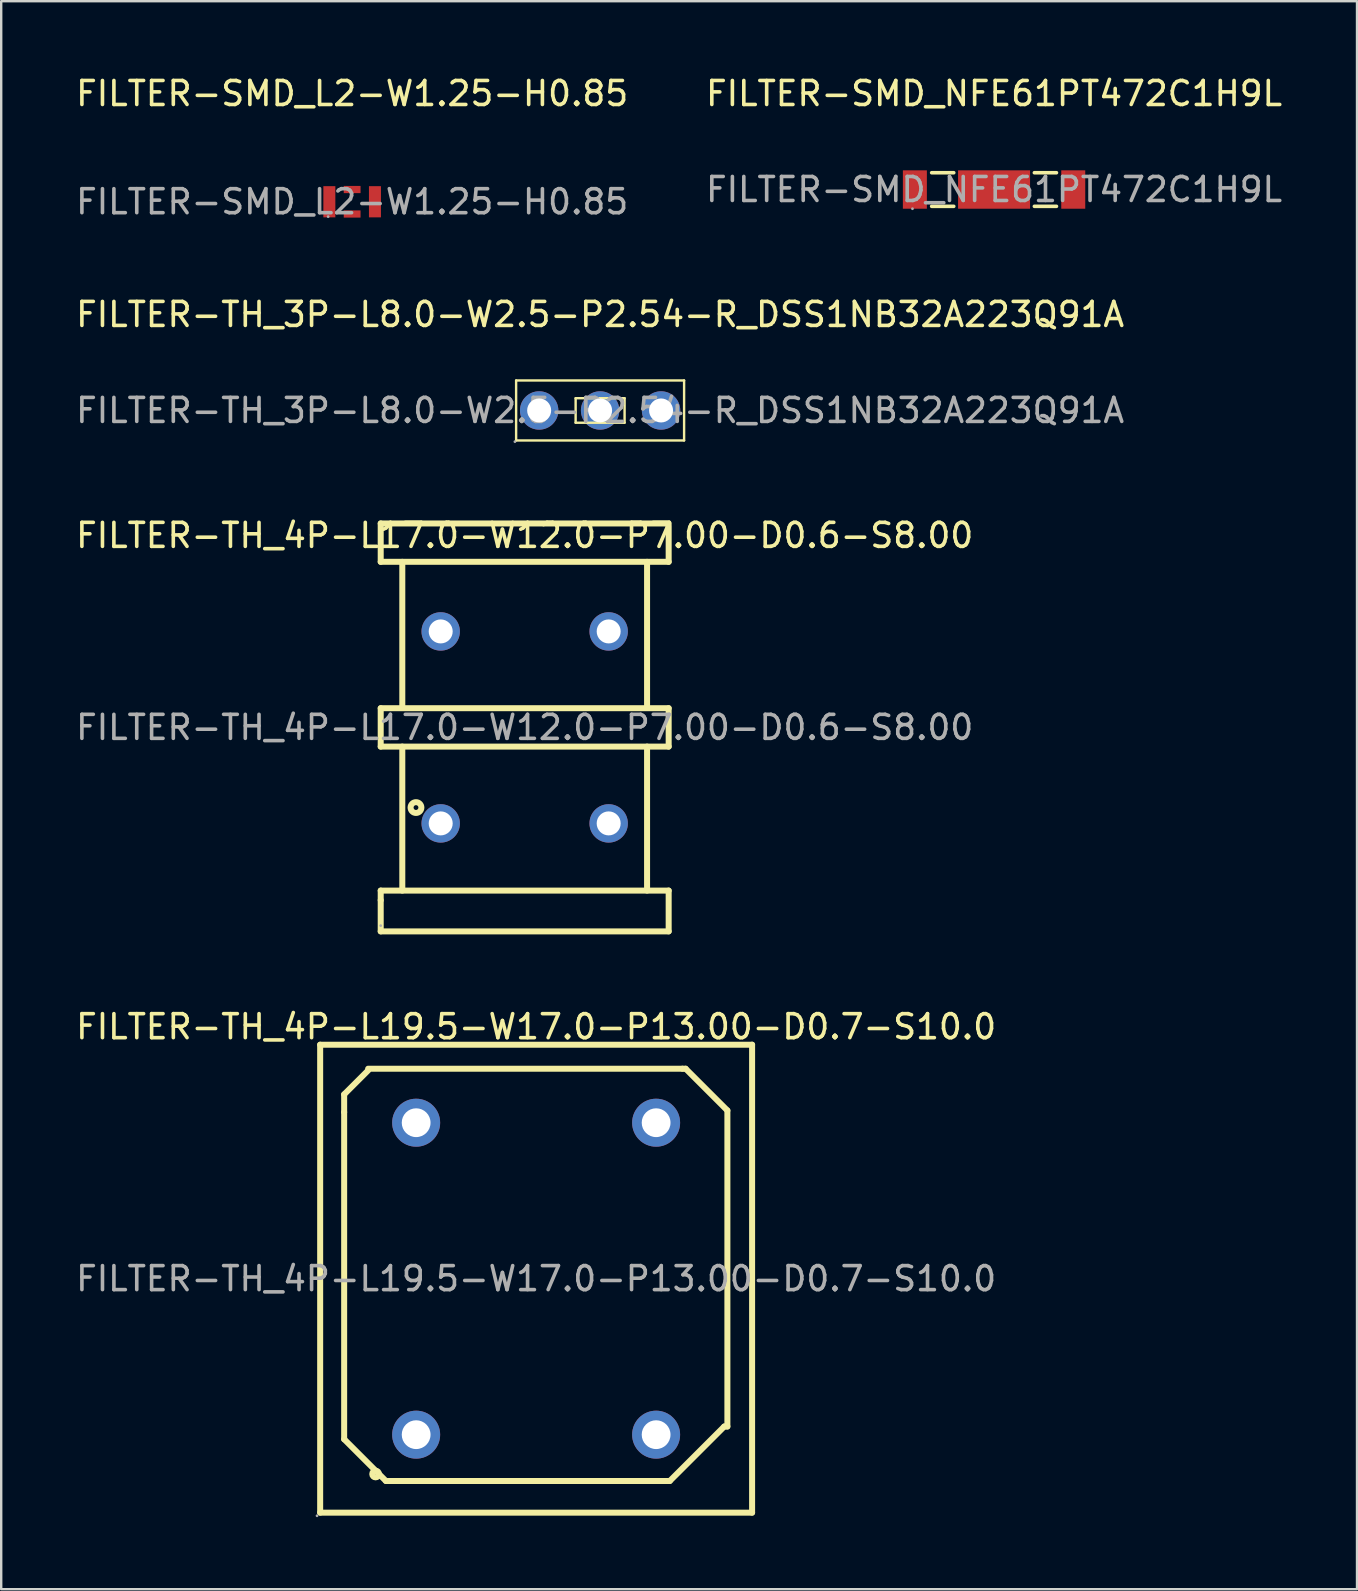
<source format=kicad_pcb>
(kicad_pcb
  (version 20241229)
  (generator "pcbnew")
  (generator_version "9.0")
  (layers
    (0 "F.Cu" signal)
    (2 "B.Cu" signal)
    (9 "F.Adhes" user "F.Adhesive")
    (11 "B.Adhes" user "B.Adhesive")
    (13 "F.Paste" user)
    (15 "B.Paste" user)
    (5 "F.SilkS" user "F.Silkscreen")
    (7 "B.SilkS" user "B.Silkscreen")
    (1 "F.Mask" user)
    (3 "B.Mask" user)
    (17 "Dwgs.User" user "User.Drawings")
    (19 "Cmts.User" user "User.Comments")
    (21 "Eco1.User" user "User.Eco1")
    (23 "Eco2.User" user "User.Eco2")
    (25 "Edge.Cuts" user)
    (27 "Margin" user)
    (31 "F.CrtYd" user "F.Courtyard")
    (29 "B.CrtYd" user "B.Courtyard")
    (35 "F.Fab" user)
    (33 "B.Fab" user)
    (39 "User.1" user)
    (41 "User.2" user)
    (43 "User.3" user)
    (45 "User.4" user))
  (footprint "FILTER-TH_4P-L17.0-W12.0-P7.00-D0.6-S8.00"
    (layer "F.Cu")
    (at 18.815 27.263)
    (property "Reference" "FILTER-TH_4P-L17.0-W12.0-P7.00-D0.6-S8.00" (at 0 -8 0) (layer "F.SilkS") (effects (font (size 1 1) (thickness 0.15))))
    (attr through_hole)
    (fp_line (start -6 -8.5) (end -6 -6.9) (stroke (width 0.25) (type solid)) (layer "F.SilkS"))
    (fp_line (start -6 -8.5) (end 6 -8.5) (stroke (width 0.25) (type solid)) (layer "F.SilkS"))
    (fp_line (start -6 -6.9) (end 6 -6.9) (stroke (width 0.25) (type solid)) (layer "F.SilkS"))
    (fp_line (start -6 -0.8) (end 6 -0.8) (stroke (width 0.25) (type solid)) (layer "F.SilkS"))
    (fp_line (start -6 0.8) (end -6 -0.8) (stroke (width 0.25) (type solid)) (layer "F.SilkS"))
    (fp_line (start -6 6.8) (end 6 6.8) (stroke (width 0.25) (type solid)) (layer "F.SilkS"))
    (fp_line (start -6 7.2) (end -6 6.8) (stroke (width 0.25) (type solid)) (layer "F.SilkS"))
    (fp_line (start -6 7.2) (end -6 8.5) (stroke (width 0.25) (type solid)) (layer "F.SilkS"))
    (fp_line (start -5.1 -6.9) (end -5.1 -0.9) (stroke (width 0.25) (type solid)) (layer "F.SilkS"))
    (fp_line (start -5.1 0.8) (end -5.1 6.8) (stroke (width 0.25) (type solid)) (layer "F.SilkS"))
    (fp_line (start 5.1 -6.9) (end 5.1 -0.9) (stroke (width 0.25) (type solid)) (layer "F.SilkS"))
    (fp_line (start 5.1 0.8) (end 5.1 6.8) (stroke (width 0.25) (type solid)) (layer "F.SilkS"))
    (fp_line (start 6 -6.9) (end 6 -8.4) (stroke (width 0.25) (type solid)) (layer "F.SilkS"))
    (fp_line (start 6 -0.8) (end 6 0.8) (stroke (width 0.25) (type solid)) (layer "F.SilkS"))
    (fp_line (start 6 0.8) (end -6 0.8) (stroke (width 0.25) (type solid)) (layer "F.SilkS"))
    (fp_line (start 6 6.8) (end 6 8.5) (stroke (width 0.25) (type solid)) (layer "F.SilkS"))
    (fp_line (start 6 8.5) (end -6 8.5) (stroke (width 0.25) (type solid)) (layer "F.SilkS"))
    (fp_circle (center -4.53 3.34) (end -4.43 3.34) (stroke (width 0.25) (type solid)) (fill no) (layer "F.SilkS"))
    (fp_circle (center -6 8.26) (end -5.97 8.26) (stroke (width 0.06) (type solid)) (fill no) (layer "F.Fab"))
    (fp_circle (center -3.5 -4) (end -3.35 -4) (stroke (width 0.3) (type solid)) (fill no) (layer "F.Fab"))
    (fp_circle (center -3.5 4) (end -3.35 4) (stroke (width 0.3) (type solid)) (fill no) (layer "F.Fab"))
    (fp_circle (center 3.5 -4) (end 3.65 -4) (stroke (width 0.3) (type solid)) (fill no) (layer "F.Fab"))
    (fp_circle (center 3.5 4) (end 3.65 4) (stroke (width 0.3) (type solid)) (fill no) (layer "F.Fab"))
    (fp_text user "${REFERENCE}" (at 0 0 0) (layer "F.Fab") (effects (font (size 1 1) (thickness 0.15))))
    (pad "1" thru_hole circle (at -3.5 4) (size 1.6 1.6) (drill 1) (layers "*.Cu" "*.Paste" "*.Mask"))
    (pad "2" thru_hole circle (at 3.5 4) (size 1.6 1.6) (drill 1) (layers "*.Cu" "*.Paste" "*.Mask"))
    (pad "3" thru_hole circle (at 3.5 -4) (size 1.6 1.6) (drill 1) (layers "*.Cu" "*.Paste" "*.Mask"))
    (pad "4" thru_hole circle (at -3.5 -4) (size 1.6 1.6) (drill 1) (layers "*.Cu" "*.Paste" "*.Mask")))
  (footprint "FILTER-TH_3P-L8.0-W2.5-P2.54-R_DSS1NB32A223Q91A"
    (layer "F.Cu")
    (at 21.958 14.055)
    (property "Reference" "FILTER-TH_3P-L8.0-W2.5-P2.54-R_DSS1NB32A223Q91A" (at 0 -4 0) (layer "F.SilkS") (effects (font (size 1 1) (thickness 0.15))))
    (attr through_hole)
    (fp_line (start -3.5 -1.25) (end 3.5 -1.25) (stroke (width 0.1) (type solid)) (layer "F.SilkS"))
    (fp_line (start -3.5 1.25) (end -3.5 -1.25) (stroke (width 0.1) (type solid)) (layer "F.SilkS"))
    (fp_line (start -1.02 -0.51) (end -1.02 0.51) (stroke (width 0.1) (type solid)) (layer "F.SilkS"))
    (fp_line (start -1.02 -0.51) (end 1.02 -0.51) (stroke (width 0.1) (type solid)) (layer "F.SilkS"))
    (fp_line (start -1.02 0.51) (end 1.02 0.51) (stroke (width 0.1) (type solid)) (layer "F.SilkS"))
    (fp_line (start 1.02 0.51) (end 1.02 -0.51) (stroke (width 0.1) (type solid)) (layer "F.SilkS"))
    (fp_line (start 3.5 -1.25) (end 3.5 1.25) (stroke (width 0.1) (type solid)) (layer "F.SilkS"))
    (fp_line (start 3.5 1.25) (end -3.5 1.25) (stroke (width 0.1) (type solid)) (layer "F.SilkS"))
    (fp_circle (center -3.55 1.3) (end -3.52 1.3) (stroke (width 0.06) (type solid)) (fill no) (layer "F.Fab"))
    (fp_circle (center -2.54 0) (end -2.34 0) (stroke (width 0.4) (type solid)) (fill no) (layer "F.Fab"))
    (fp_circle (center 0 0) (end 0.2 0) (stroke (width 0.4) (type solid)) (fill no) (layer "F.Fab"))
    (fp_circle (center 2.54 0) (end 2.74 0) (stroke (width 0.4) (type solid)) (fill no) (layer "F.Fab"))
    (fp_text user "${REFERENCE}" (at 0 0 0) (layer "F.Fab") (effects (font (size 1 1) (thickness 0.15))))
    (pad "1" thru_hole circle (at -2.54 0) (size 1.6 1.6) (drill 1) (layers "*.Cu" "*.Paste" "*.Mask"))
    (pad "2" thru_hole circle (at 0 0) (size 1.6 1.6) (drill 1) (layers "*.Cu" "*.Paste" "*.Mask"))
    (pad "3" thru_hole circle (at 2.54 0) (size 1.6 1.6) (drill 1) (layers "*.Cu" "*.Paste" "*.Mask")))
  (footprint "FILTER-SMD_L2-W1.25-H0.85"
    (layer "F.Cu")
    (at 11.625 5.358)
    (property "Reference" "FILTER-SMD_L2-W1.25-H0.85" (at 0 -4.51 0) (layer "F.SilkS") (effects (font (size 1 1) (thickness 0.15))))
    (attr through_hole)
    (fp_circle (center -1 0.62) (end -0.97 0.62) (stroke (width 0.06) (type solid)) (fill no) (layer "F.Fab"))
    (fp_text user "${REFERENCE}" (at 0 0 0) (layer "F.Fab") (effects (font (size 1 1) (thickness 0.15))))
    (pad "1" smd rect (at -0.95 0 90) (size 1.3 0.5) (layers "F.Cu" "F.Mask" "F.Paste"))
    (pad "2" smd rect (at 0 -0.51 180) (size 0.7 0.3) (layers "F.Cu" "F.Mask" "F.Paste"))
    (pad "2" smd rect (at 0 0.51 180) (size 0.7 0.3) (layers "F.Cu" "F.Mask" "F.Paste"))
    (pad "3" smd rect (at 0.95 0 90) (size 1.3 0.5) (layers "F.Cu" "F.Mask" "F.Paste")))
  (footprint "FILTER-SMD_NFE61PT472C1H9L"
    (layer "F.Cu")
    (at 38.375 4.848)
    (property "Reference" "FILTER-SMD_NFE61PT472C1H9L" (at 0 -4 0) (layer "F.SilkS") (effects (font (size 1 1) (thickness 0.15))))
    (attr through_hole)
    (fp_line (start -2.6 -0.7) (end -1.68 -0.7) (stroke (width 0.15) (type solid)) (layer "F.SilkS"))
    (fp_line (start -1.68 0.7) (end -2.6 0.7) (stroke (width 0.15) (type solid)) (layer "F.SilkS"))
    (fp_line (start 1.68 -0.7) (end 2.6 -0.7) (stroke (width 0.15) (type solid)) (layer "F.SilkS"))
    (fp_line (start 2.6 0.7) (end 1.68 0.7) (stroke (width 0.15) (type solid)) (layer "F.SilkS"))
    (fp_circle (center -3.4 0.8) (end -3.37 0.8) (stroke (width 0.06) (type solid)) (fill no) (layer "F.Fab"))
    (fp_text user "${REFERENCE}" (at 0 0 0) (layer "F.Fab") (effects (font (size 1 1) (thickness 0.15))))
    (pad "1" smd rect (at -3.3 0) (size 1 1.6) (layers "F.Cu" "F.Mask" "F.Paste"))
    (pad "2" smd rect (at 0 0) (size 3 1.6) (layers "F.Cu" "F.Mask" "F.Paste"))
    (pad "3" smd rect (at 3.3 0) (size 1 1.6) (layers "F.Cu" "F.Mask" "F.Paste")))
  (footprint "FILTER-TH_4P-L19.5-W17.0-P13.00-D0.7-S10.0"
    (layer "F.Cu")
    (at 19.292 50.236)
    (property "Reference" "FILTER-TH_4P-L19.5-W17.0-P13.00-D0.7-S10.0" (at 0 -10.5 0) (layer "F.SilkS") (effects (font (size 1 1) (thickness 0.15))))
    (attr through_hole)
    (fp_line (start -9 9.75) (end -9 -9.75) (stroke (width 0.25) (type solid)) (layer "F.SilkS"))
    (fp_line (start -8 -7.68) (end -7 -8.68) (stroke (width 0.25) (type solid)) (layer "F.SilkS"))
    (fp_line (start -8 -6.94) (end -8 -7.68) (stroke (width 0.25) (type solid)) (layer "F.SilkS"))
    (fp_line (start -8 6.69) (end -8 -6.94) (stroke (width 0.25) (type solid)) (layer "F.SilkS"))
    (fp_line (start -7 -8.75) (end 6.1 -8.75) (stroke (width 0.25) (type solid)) (layer "F.SilkS"))
    (fp_line (start -6.26 8.43) (end -8 6.69) (stroke (width 0.25) (type solid)) (layer "F.SilkS"))
    (fp_line (start -6.2 8.43) (end -6.26 8.43) (stroke (width 0.25) (type solid)) (layer "F.SilkS"))
    (fp_line (start 5.57 8.43) (end -6.2 8.43) (stroke (width 0.25) (type solid)) (layer "F.SilkS"))
    (fp_line (start 6.1 -8.75) (end 6.23 -8.75) (stroke (width 0.25) (type solid)) (layer "F.SilkS"))
    (fp_line (start 6.23 -8.75) (end 7.97 -7.01) (stroke (width 0.25) (type solid)) (layer "F.SilkS"))
    (fp_line (start 7.84 6.16) (end 5.57 8.43) (stroke (width 0.25) (type solid)) (layer "F.SilkS"))
    (fp_line (start 7.97 -7.01) (end 7.97 6.16) (stroke (width 0.25) (type solid)) (layer "F.SilkS"))
    (fp_line (start 7.97 6.16) (end 7.84 6.16) (stroke (width 0.25) (type solid)) (layer "F.SilkS"))
    (fp_line (start 9 -9.75) (end -9 -9.75) (stroke (width 0.25) (type solid)) (layer "F.SilkS"))
    (fp_line (start 9 -9.75) (end 9 9.75) (stroke (width 0.25) (type solid)) (layer "F.SilkS"))
    (fp_line (start 9 9.75) (end -9 9.75) (stroke (width 0.25) (type solid)) (layer "F.SilkS"))
    (fp_circle (center -6.69 8.14) (end -6.55 8.14) (stroke (width 0.25) (type solid)) (fill no) (layer "F.SilkS"))
    (fp_circle (center -9.13 9.88) (end -9.1 9.88) (stroke (width 0.06) (type solid)) (fill no) (layer "F.Fab"))
    (fp_circle (center -5 -6.5) (end -4.75 -6.5) (stroke (width 0.5) (type solid)) (fill no) (layer "F.Fab"))
    (fp_circle (center -5 6.5) (end -4.75 6.5) (stroke (width 0.5) (type solid)) (fill no) (layer "F.Fab"))
    (fp_circle (center 5 -6.5) (end 5.25 -6.5) (stroke (width 0.5) (type solid)) (fill no) (layer "F.Fab"))
    (fp_circle (center 5 6.5) (end 5.25 6.5) (stroke (width 0.5) (type solid)) (fill no) (layer "F.Fab"))
    (fp_text user "${REFERENCE}" (at 0 0 0) (layer "F.Fab") (effects (font (size 1 1) (thickness 0.15))))
    (pad "1" thru_hole circle (at -5 6.5 180) (size 2 2) (drill 1.2) (layers "*.Cu" "*.Paste" "*.Mask"))
    (pad "2" thru_hole circle (at 5 6.5 180) (size 2 2) (drill 1.2) (layers "*.Cu" "*.Paste" "*.Mask"))
    (pad "3" thru_hole circle (at 5 -6.5 180) (size 2 2) (drill 1.2) (layers "*.Cu" "*.Paste" "*.Mask"))
    (pad "4" thru_hole circle (at -5 -6.5 180) (size 2 2) (drill 1.2) (layers "*.Cu" "*.Paste" "*.Mask")))
  (gr_rect
    (start -3 -3)
    (end 53.5 63.176)
    (stroke (width 0.1) (type default))
    (fill no)
    (layer "Edge.Cuts")))
</source>
